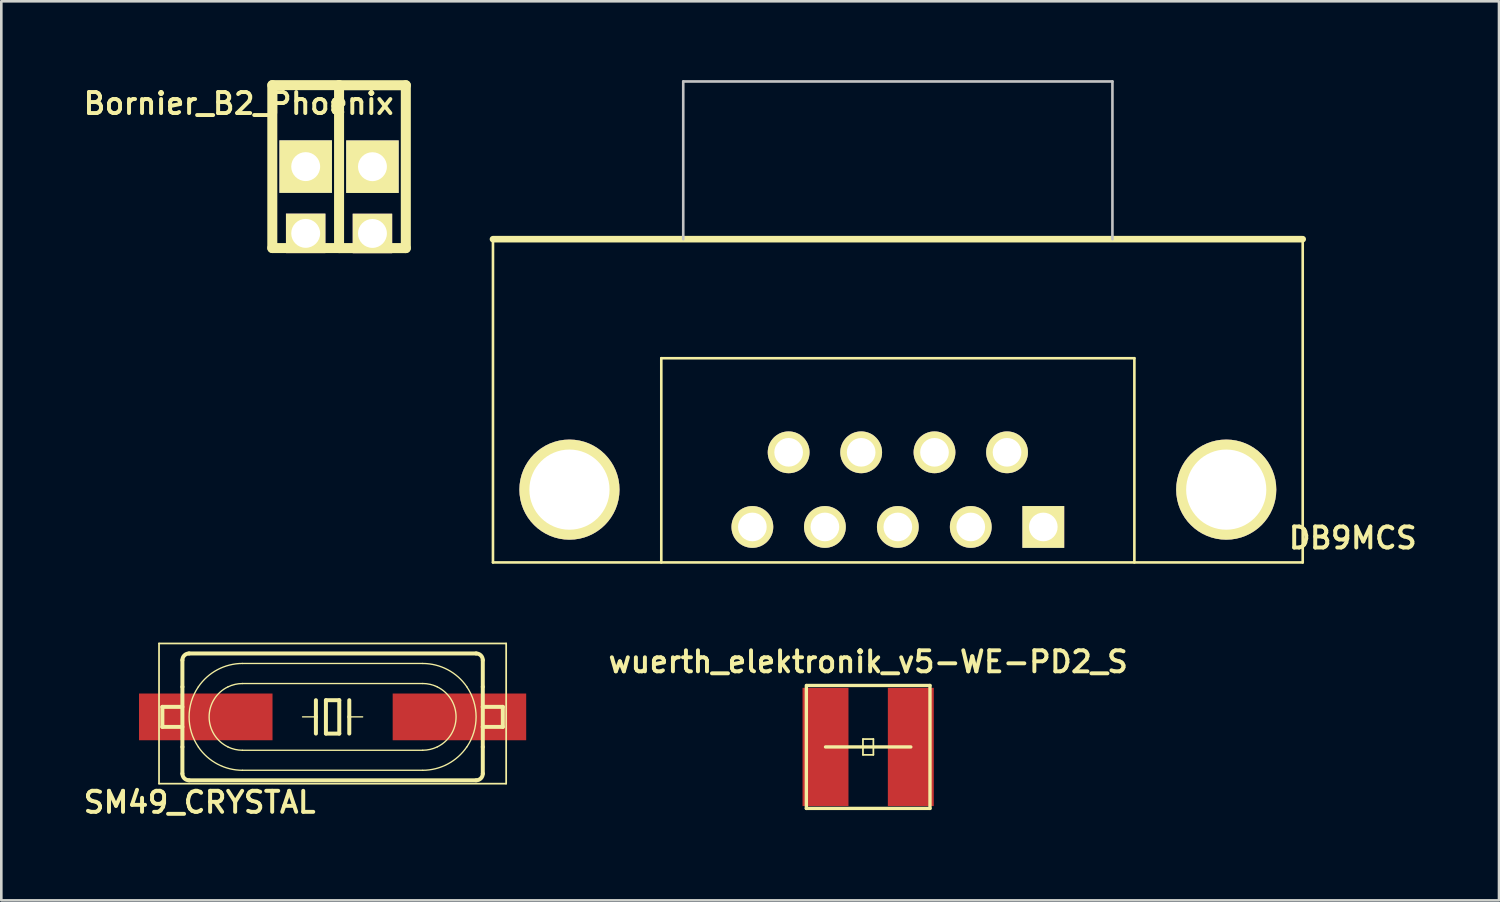
<source format=kicad_pcb>
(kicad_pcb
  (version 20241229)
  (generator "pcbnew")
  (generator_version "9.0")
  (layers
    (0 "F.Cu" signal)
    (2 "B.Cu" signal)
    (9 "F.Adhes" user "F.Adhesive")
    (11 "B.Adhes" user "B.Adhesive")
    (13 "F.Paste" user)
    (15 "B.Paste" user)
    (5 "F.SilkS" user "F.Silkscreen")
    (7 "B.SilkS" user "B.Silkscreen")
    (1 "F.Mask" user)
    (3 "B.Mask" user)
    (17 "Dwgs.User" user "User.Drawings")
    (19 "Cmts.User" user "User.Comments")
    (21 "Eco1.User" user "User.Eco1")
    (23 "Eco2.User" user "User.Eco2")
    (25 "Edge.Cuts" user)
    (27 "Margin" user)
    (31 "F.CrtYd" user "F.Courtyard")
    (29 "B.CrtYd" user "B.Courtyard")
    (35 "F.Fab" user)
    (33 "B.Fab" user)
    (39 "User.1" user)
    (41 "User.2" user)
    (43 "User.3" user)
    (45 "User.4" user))
  (footprint "DB9MCS"
    (layer "F.Cu")
    (at 31.112 15.58)
    (property "Reference" "DB9MCS" (at 17.31 1.84 0) (layer "F.SilkS") (effects (font (size 0.8 0.8) (thickness 0.15))))
    (attr through_hole)
    (fp_line (start -15.405 -9.53) (end -15.405 2.77) (stroke (width 0.1) (type solid)) (layer "F.SilkS"))
    (fp_line (start -15.405 -9.53) (end 15.405 -9.53) (stroke (width 0.25) (type solid)) (layer "F.SilkS"))
    (fp_line (start -15.405 2.77) (end 15.405 2.77) (stroke (width 0.1) (type solid)) (layer "F.SilkS"))
    (fp_line (start -9 -5) (end 9 -5) (stroke (width 0.1) (type solid)) (layer "F.SilkS"))
    (fp_line (start -9 2.77) (end -9 -5) (stroke (width 0.1) (type solid)) (layer "F.SilkS"))
    (fp_line (start 9 2.77) (end 9 -5) (stroke (width 0.1) (type solid)) (layer "F.SilkS"))
    (fp_line (start 15.405 -9.53) (end 15.405 2.77) (stroke (width 0.1) (type solid)) (layer "F.SilkS"))
    (fp_line (start -8.165 -15.53) (end -8.165 -9.53) (stroke (width 0.1) (type solid)) (layer "Dwgs.User"))
    (fp_line (start -8.165 -15.53) (end 8.165 -15.53) (stroke (width 0.1) (type solid)) (layer "Dwgs.User"))
    (fp_line (start 8.165 -15.53) (end 8.165 -9.53) (stroke (width 0.1) (type solid)) (layer "Dwgs.User"))
    (pad "" thru_hole circle (at -12.495 0) (size 3.81 3.81) (drill 3.05) (layers "*.Cu" "*.Mask" "F.SilkS"))
    (pad "" thru_hole circle (at 12.495 0) (size 3.81 3.81) (drill 3.05) (layers "*.Cu" "*.Mask" "F.SilkS"))
    (pad "1" thru_hole rect (at 5.535 1.42) (size 1.59 1.59) (drill 1.09) (layers "*.Cu" "*.Mask" "F.SilkS"))
    (pad "2" thru_hole circle (at 2.775 1.42) (size 1.59 1.59) (drill 1.09) (layers "*.Cu" "*.Mask" "F.SilkS"))
    (pad "3" thru_hole circle (at 0 1.42) (size 1.59 1.59) (drill 1.09) (layers "*.Cu" "*.Mask" "F.SilkS"))
    (pad "4" thru_hole circle (at -2.775 1.42) (size 1.59 1.59) (drill 1.09) (layers "*.Cu" "*.Mask" "F.SilkS"))
    (pad "5" thru_hole circle (at -5.535 1.42) (size 1.59 1.59) (drill 1.09) (layers "*.Cu" "*.Mask" "F.SilkS"))
    (pad "6" thru_hole circle (at 4.155 -1.42) (size 1.59 1.59) (drill 1.09) (layers "*.Cu" "*.Mask" "F.SilkS"))
    (pad "7" thru_hole circle (at 1.395 -1.42) (size 1.59 1.59) (drill 1.09) (layers "*.Cu" "*.Mask" "F.SilkS"))
    (pad "8" thru_hole circle (at -1.395 -1.42) (size 1.59 1.59) (drill 1.09) (layers "*.Cu" "*.Mask" "F.SilkS"))
    (pad "9" thru_hole circle (at -4.155 -1.42) (size 1.59 1.59) (drill 1.09) (layers "*.Cu" "*.Mask" "F.SilkS")))
  (footprint "SM49_CRYSTAL"
    (layer "F.Cu")
    (at 9.605 24.227)
    (property "Reference" "SM49_CRYSTAL" (at -5.06 3.25 0) (layer "F.SilkS") (effects (font (size 0.8 0.8) (thickness 0.15))))
    (attr smd)
    (fp_line (start -6.604 -2.794) (end 6.604 -2.794) (stroke (width 0.066) (type solid)) (layer "F.SilkS"))
    (fp_line (start -6.604 2.54) (end -6.604 -2.794) (stroke (width 0.066) (type solid)) (layer "F.SilkS"))
    (fp_line (start -6.604 2.54) (end 6.604 2.54) (stroke (width 0.066) (type solid)) (layer "F.SilkS"))
    (fp_line (start -6.477 -0.381) (end -6.477 0.381) (stroke (width 0.152) (type solid)) (layer "F.SilkS"))
    (fp_line (start -5.715 -2.159) (end -5.715 -1.143) (stroke (width 0.152) (type solid)) (layer "F.SilkS"))
    (fp_line (start -5.715 -1.143) (end -5.715 1.143) (stroke (width 0.152) (type solid)) (layer "F.SilkS"))
    (fp_line (start -5.715 -0.381) (end -6.477 -0.381) (stroke (width 0.152) (type solid)) (layer "F.SilkS"))
    (fp_line (start -5.715 0.381) (end -6.477 0.381) (stroke (width 0.152) (type solid)) (layer "F.SilkS"))
    (fp_line (start -5.715 1.143) (end -5.715 2.159) (stroke (width 0.152) (type solid)) (layer "F.SilkS"))
    (fp_line (start -5.461 -2.413) (end 5.461 -2.413) (stroke (width 0.152) (type solid)) (layer "F.SilkS"))
    (fp_line (start -5.461 2.413) (end 5.461 2.413) (stroke (width 0.152) (type solid)) (layer "F.SilkS"))
    (fp_line (start -3.429 -2.032) (end 3.429 -2.032) (stroke (width 0.051) (type solid)) (layer "F.SilkS"))
    (fp_line (start -3.429 -1.27) (end 3.429 -1.27) (stroke (width 0.051) (type solid)) (layer "F.SilkS"))
    (fp_line (start -0.635 -0.635) (end -0.635 0) (stroke (width 0.152) (type solid)) (layer "F.SilkS"))
    (fp_line (start -0.635 0) (end -1.143 0) (stroke (width 0.051) (type solid)) (layer "F.SilkS"))
    (fp_line (start -0.635 0) (end -0.635 0.635) (stroke (width 0.152) (type solid)) (layer "F.SilkS"))
    (fp_line (start -0.254 -0.635) (end -0.254 0.635) (stroke (width 0.152) (type solid)) (layer "F.SilkS"))
    (fp_line (start -0.254 0.635) (end 0.254 0.635) (stroke (width 0.152) (type solid)) (layer "F.SilkS"))
    (fp_line (start 0.254 -0.635) (end -0.254 -0.635) (stroke (width 0.152) (type solid)) (layer "F.SilkS"))
    (fp_line (start 0.254 0.635) (end 0.254 -0.635) (stroke (width 0.152) (type solid)) (layer "F.SilkS"))
    (fp_line (start 0.635 -0.635) (end 0.635 0) (stroke (width 0.152) (type solid)) (layer "F.SilkS"))
    (fp_line (start 0.635 0) (end 0.635 0.635) (stroke (width 0.152) (type solid)) (layer "F.SilkS"))
    (fp_line (start 0.635 0) (end 1.143 0) (stroke (width 0.051) (type solid)) (layer "F.SilkS"))
    (fp_line (start 3.429 1.27) (end -3.429 1.27) (stroke (width 0.051) (type solid)) (layer "F.SilkS"))
    (fp_line (start 3.429 2.032) (end -3.429 2.032) (stroke (width 0.051) (type solid)) (layer "F.SilkS"))
    (fp_line (start 5.715 -2.159) (end 5.715 -1.143) (stroke (width 0.152) (type solid)) (layer "F.SilkS"))
    (fp_line (start 5.715 -1.143) (end 5.715 -0.381) (stroke (width 0.152) (type solid)) (layer "F.SilkS"))
    (fp_line (start 5.715 -0.381) (end 5.715 0.381) (stroke (width 0.152) (type solid)) (layer "F.SilkS"))
    (fp_line (start 5.715 -0.381) (end 6.477 -0.381) (stroke (width 0.152) (type solid)) (layer "F.SilkS"))
    (fp_line (start 5.715 0.381) (end 5.715 1.143) (stroke (width 0.152) (type solid)) (layer "F.SilkS"))
    (fp_line (start 5.715 0.381) (end 6.477 0.381) (stroke (width 0.152) (type solid)) (layer "F.SilkS"))
    (fp_line (start 5.715 1.143) (end 5.715 2.159) (stroke (width 0.152) (type solid)) (layer "F.SilkS"))
    (fp_line (start 6.477 -0.381) (end 6.477 0.381) (stroke (width 0.152) (type solid)) (layer "F.SilkS"))
    (fp_line (start 6.604 2.54) (end 6.604 -2.794) (stroke (width 0.066) (type solid)) (layer "F.SilkS"))
    (fp_arc (start -5.715 -2.159) (mid -5.640605 -2.338605) (end -5.461 -2.413) (stroke (width 0.1524) (type solid)) (layer "F.SilkS"))
    (fp_arc (start -5.461 2.413) (mid -5.640605 2.338605) (end -5.715 2.159) (stroke (width 0.1524) (type solid)) (layer "F.SilkS"))
    (fp_arc (start -5.10794 -1.143) (mid -4.379218 -1.796128) (end -3.429787 -2.033178) (stroke (width 0.0508) (type solid)) (layer "F.SilkS"))
    (fp_arc (start -5.10794 1.143) (mid -5.46008 0.001649) (end -5.109794 -1.140273) (stroke (width 0.0508) (type solid)) (layer "F.SilkS"))
    (fp_arc (start -3.98018 -1.143) (mid -3.711094 -1.237203) (end -3.427769 -1.268955) (stroke (width 0.0508) (type solid)) (layer "F.SilkS"))
    (fp_arc (start -3.98018 1.143) (mid -4.697953 0.002339) (end -3.98439 -1.14096) (stroke (width 0.0508) (type solid)) (layer "F.SilkS"))
    (fp_arc (start -3.429 1.27) (mid -3.712527 1.237947) (end -3.981743 1.143405) (stroke (width 0.0508) (type solid)) (layer "F.SilkS"))
    (fp_arc (start -3.429 2.032) (mid -4.378266 1.796641) (end -5.107632 1.145085) (stroke (width 0.0508) (type solid)) (layer "F.SilkS"))
    (fp_arc (start 3.429 -2.032) (mid 4.378266 -1.796641) (end 5.107632 -1.145085) (stroke (width 0.0508) (type solid)) (layer "F.SilkS"))
    (fp_arc (start 3.429 -1.27) (mid 3.712527 -1.237947) (end 3.981743 -1.143405) (stroke (width 0.0508) (type solid)) (layer "F.SilkS"))
    (fp_arc (start 3.98018 -1.143) (mid 4.697953 -0.002339) (end 3.98439 1.14096) (stroke (width 0.0508) (type solid)) (layer "F.SilkS"))
    (fp_arc (start 3.98018 1.143) (mid 3.711094 1.237203) (end 3.427769 1.268955) (stroke (width 0.0508) (type solid)) (layer "F.SilkS"))
    (fp_arc (start 5.10794 -1.143) (mid 5.46008 -0.001649) (end 5.109794 1.140273) (stroke (width 0.0508) (type solid)) (layer "F.SilkS"))
    (fp_arc (start 5.10794 1.14046) (mid 4.380405 1.793882) (end 3.431886 2.031747) (stroke (width 0.0508) (type solid)) (layer "F.SilkS"))
    (fp_arc (start 5.461 -2.413) (mid 5.640605 -2.338605) (end 5.715 -2.159) (stroke (width 0.1524) (type solid)) (layer "F.SilkS"))
    (fp_arc (start 5.715 2.159) (mid 5.640605 2.338605) (end 5.461 2.413) (stroke (width 0.1524) (type solid)) (layer "F.SilkS"))
    (pad "1" smd rect (at -4.826 0) (size 5.08 1.778) (layers "F.Cu" "F.Mask" "F.Paste"))
    (pad "2" smd rect (at 4.826 0) (size 5.08 1.778) (layers "F.Cu" "F.Mask" "F.Paste")))
  (footprint "wuerth_elektronik_v5-WE-PD2_S"
    (layer "F.Cu")
    (at 29.983 25.371)
    (property "Reference" "wuerth_elektronik_v5-WE-PD2_S" (at 0 -3.24 0) (layer "F.SilkS") (effects (font (size 0.8 0.8) (thickness 0.15))))
    (attr smd)
    (fp_line (start -2.352 2.339) (end -2.352 -2.339) (stroke (width 0.127) (type solid)) (layer "F.SilkS"))
    (fp_line (start -2.339 -2.339) (end 2.352 -2.339) (stroke (width 0.127) (type solid)) (layer "F.SilkS"))
    (fp_line (start -1.623 0) (end 1.623 0) (stroke (width 0.127) (type solid)) (layer "F.SilkS"))
    (fp_line (start -0.198 -0.3) (end 0.198 -0.3) (stroke (width 0.066) (type solid)) (layer "F.SilkS"))
    (fp_line (start -0.198 0.3) (end -0.198 -0.3) (stroke (width 0.066) (type solid)) (layer "F.SilkS"))
    (fp_line (start -0.198 0.3) (end 0.198 0.3) (stroke (width 0.066) (type solid)) (layer "F.SilkS"))
    (fp_line (start 0.198 0.3) (end 0.198 -0.3) (stroke (width 0.066) (type solid)) (layer "F.SilkS"))
    (fp_line (start 2.352 -2.339) (end 2.352 2.339) (stroke (width 0.127) (type solid)) (layer "F.SilkS"))
    (fp_line (start 2.352 2.339) (end -2.352 2.339) (stroke (width 0.127) (type solid)) (layer "F.SilkS"))
    (pad "1" smd rect (at -1.623 0 90) (size 4.498 1.748) (layers "F.Cu" "F.Mask" "F.Paste"))
    (pad "2" smd rect (at 1.623 0 90) (size 4.498 1.748) (layers "F.Cu" "F.Mask" "F.Paste")))
  (footprint "Bornier_B2_Phoenix"
    (layer "F.Cu")
    (at 9.831 3.289)
    (property "Reference" "Bornier_B2_Phoenix" (at -3.8 -2.4 0) (layer "F.SilkS") (effects (font (size 0.8 0.8) (thickness 0.15))))
    (attr through_hole)
    (fp_line (start -2.52 -3.099) (end -2.52 3.099) (stroke (width 0.381) (type solid)) (layer "F.SilkS"))
    (fp_line (start -2.52 3.099) (end 0.02 3.099) (stroke (width 0.381) (type solid)) (layer "F.SilkS"))
    (fp_line (start 0.02 -3.099) (end -2.52 -3.099) (stroke (width 0.381) (type solid)) (layer "F.SilkS"))
    (fp_line (start 0.02 3.099) (end 0.02 -3.099) (stroke (width 0.381) (type solid)) (layer "F.SilkS"))
    (fp_line (start 0.02 3.101) (end 2.56 3.101) (stroke (width 0.381) (type solid)) (layer "F.SilkS"))
    (fp_line (start 2.56 -3.096) (end 0.02 -3.096) (stroke (width 0.381) (type solid)) (layer "F.SilkS"))
    (fp_line (start 2.56 3.101) (end 2.56 -3.096) (stroke (width 0.381) (type solid)) (layer "F.SilkS"))
    (pad "1" thru_hole rect (at -1.25 0) (size 1.999 1.999) (drill 1.1) (layers "*.Cu" "*.Mask" "F.SilkS"))
    (pad "1" thru_hole rect (at -1.25 2.54) (size 1.501 1.501) (drill 1.1) (layers "*.Cu" "*.Mask" "F.SilkS"))
    (pad "2" thru_hole rect (at 1.29 0.003) (size 1.999 1.999) (drill 1.1) (layers "*.Cu" "*.Mask" "F.SilkS"))
    (pad "2" thru_hole rect (at 1.29 2.543) (size 1.501 1.501) (drill 1.1) (layers "*.Cu" "*.Mask" "F.SilkS")))
  (gr_rect
    (start -3 -3)
    (end 53.986 31.208)
    (stroke (width 0.1) (type default))
    (fill no)
    (layer "Edge.Cuts")))
</source>
